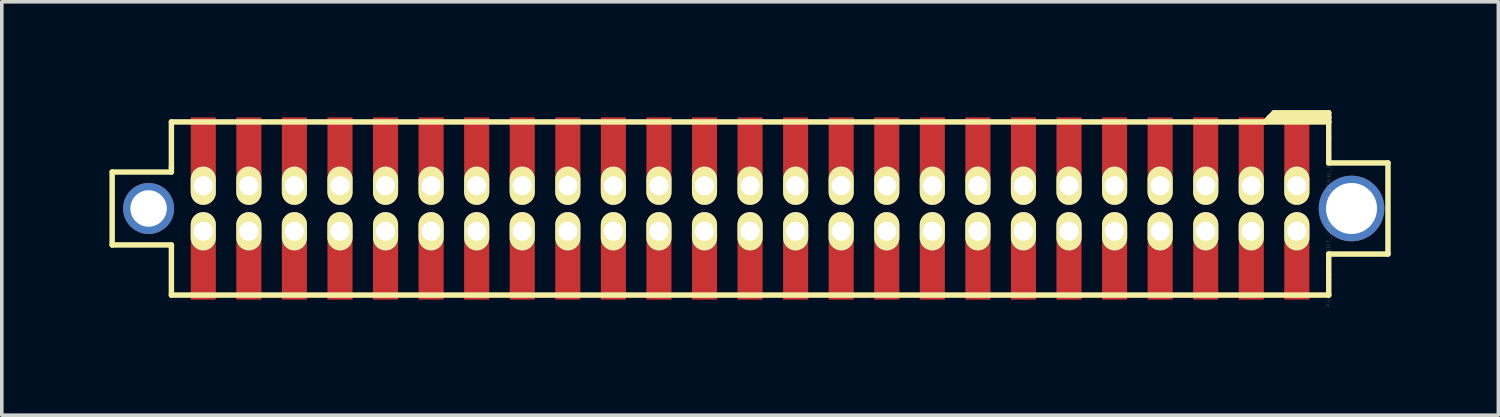
<source format=kicad_pcb>
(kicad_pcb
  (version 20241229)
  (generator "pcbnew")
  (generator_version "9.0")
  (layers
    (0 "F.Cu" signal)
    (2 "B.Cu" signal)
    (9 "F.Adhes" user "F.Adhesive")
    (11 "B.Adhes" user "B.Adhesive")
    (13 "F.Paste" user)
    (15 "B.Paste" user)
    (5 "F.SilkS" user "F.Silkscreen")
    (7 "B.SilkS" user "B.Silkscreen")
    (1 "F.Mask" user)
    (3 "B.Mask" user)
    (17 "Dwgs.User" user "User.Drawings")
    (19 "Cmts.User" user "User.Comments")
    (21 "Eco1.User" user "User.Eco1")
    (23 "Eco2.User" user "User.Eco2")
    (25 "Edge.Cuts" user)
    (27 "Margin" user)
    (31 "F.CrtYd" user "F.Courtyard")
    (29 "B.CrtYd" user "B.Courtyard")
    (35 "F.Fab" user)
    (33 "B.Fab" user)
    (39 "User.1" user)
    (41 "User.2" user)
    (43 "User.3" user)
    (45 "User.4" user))
  (footprint "Pin_Array_25x2_SMT_Underside_1.27mm_0.5_inch_Inverted"
    (layer "F.Cu")
    (at 17.856 2.761)
    (property "Reference" "Pin_Array_25x2_SMT_Underside_1.27mm_0.5_inch_Inverted" (at 16.129 0 90) (layer "F.SilkS") (effects (font (size 0.127 0.127) (thickness 0.003))))
    (attr smd)
    (fp_line (start -17.78 -1.016) (end -17.78 1.016) (stroke (width 0.152) (type solid)) (layer "F.SilkS"))
    (fp_line (start -17.78 1.016) (end -16.129 1.016) (stroke (width 0.152) (type solid)) (layer "F.SilkS"))
    (fp_line (start -16.129 -2.413) (end -16.129 -1.143) (stroke (width 0.152) (type solid)) (layer "F.SilkS"))
    (fp_line (start -16.129 -2.413) (end 14.351 -2.413) (stroke (width 0.152) (type solid)) (layer "F.SilkS"))
    (fp_line (start -16.129 -1.143) (end -16.129 -1.016) (stroke (width 0.152) (type solid)) (layer "F.SilkS"))
    (fp_line (start -16.129 -1.016) (end -17.78 -1.016) (stroke (width 0.152) (type solid)) (layer "F.SilkS"))
    (fp_line (start -16.129 1.016) (end -16.129 2.413) (stroke (width 0.152) (type solid)) (layer "F.SilkS"))
    (fp_line (start 14.351 -2.413) (end 14.605 -2.667) (stroke (width 0.152) (type solid)) (layer "F.SilkS"))
    (fp_line (start 14.478 -2.54) (end 16.129 -2.54) (stroke (width 0.152) (type solid)) (layer "F.SilkS"))
    (fp_line (start 14.605 -2.667) (end 16.129 -2.667) (stroke (width 0.152) (type solid)) (layer "F.SilkS"))
    (fp_line (start 16.129 -2.667) (end 16.129 -2.413) (stroke (width 0.152) (type solid)) (layer "F.SilkS"))
    (fp_line (start 16.129 -2.54) (end 15.875 -2.54) (stroke (width 0.152) (type solid)) (layer "F.SilkS"))
    (fp_line (start 16.129 -2.413) (end 14.351 -2.413) (stroke (width 0.152) (type solid)) (layer "F.SilkS"))
    (fp_line (start 16.129 -1.27) (end 16.129 -2.413) (stroke (width 0.152) (type solid)) (layer "F.SilkS"))
    (fp_line (start 16.129 1.27) (end 16.129 2.413) (stroke (width 0.152) (type solid)) (layer "F.SilkS"))
    (fp_line (start 16.129 2.413) (end -16.129 2.413) (stroke (width 0.152) (type solid)) (layer "F.SilkS"))
    (fp_line (start 17.78 -1.27) (end 16.129 -1.27) (stroke (width 0.152) (type solid)) (layer "F.SilkS"))
    (fp_line (start 17.78 -1.27) (end 17.78 1.27) (stroke (width 0.152) (type solid)) (layer "F.SilkS"))
    (fp_line (start 17.78 1.27) (end 16.129 1.27) (stroke (width 0.152) (type solid)) (layer "F.SilkS"))
    (pad "1" thru_hole oval (at 15.24 0.635) (size 0.699 1.067) (drill 0.533) (layers "*.Cu" "*.Mask" "F.SilkS"))
    (pad "1" smd rect (at 15.24 1.524) (size 0.699 2.032) (layers "F.Cu" "F.Mask" "F.Paste"))
    (pad "2" smd rect (at 15.24 -1.524) (size 0.699 2.032) (layers "F.Cu" "F.Mask" "F.Paste"))
    (pad "2" thru_hole oval (at 15.24 -0.635) (size 0.699 1.067) (drill 0.533) (layers "*.Cu" "*.Mask" "F.SilkS"))
    (pad "3" thru_hole oval (at 13.97 0.635) (size 0.699 1.067) (drill 0.533) (layers "*.Cu" "*.Mask" "F.SilkS"))
    (pad "3" smd rect (at 13.97 1.524) (size 0.699 2.032) (layers "F.Cu" "F.Mask" "F.Paste"))
    (pad "4" smd rect (at 13.97 -1.524) (size 0.699 2.032) (layers "F.Cu" "F.Mask" "F.Paste"))
    (pad "4" thru_hole oval (at 13.97 -0.635) (size 0.699 1.067) (drill 0.533) (layers "*.Cu" "*.Mask" "F.SilkS"))
    (pad "5" thru_hole oval (at 12.7 0.635) (size 0.699 1.067) (drill 0.533) (layers "*.Cu" "*.Mask" "F.SilkS"))
    (pad "5" smd rect (at 12.7 1.524) (size 0.699 2.032) (layers "F.Cu" "F.Mask" "F.Paste"))
    (pad "6" smd rect (at 12.7 -1.524) (size 0.699 2.032) (layers "F.Cu" "F.Mask" "F.Paste"))
    (pad "6" thru_hole oval (at 12.7 -0.635) (size 0.699 1.067) (drill 0.533) (layers "*.Cu" "*.Mask" "F.SilkS"))
    (pad "7" thru_hole oval (at 11.43 0.635) (size 0.699 1.067) (drill 0.533) (layers "*.Cu" "*.Mask" "F.SilkS"))
    (pad "7" smd rect (at 11.43 1.524) (size 0.699 2.032) (layers "F.Cu" "F.Mask" "F.Paste"))
    (pad "8" smd rect (at 11.43 -1.524) (size 0.699 2.032) (layers "F.Cu" "F.Mask" "F.Paste"))
    (pad "8" thru_hole oval (at 11.43 -0.635) (size 0.699 1.067) (drill 0.533) (layers "*.Cu" "*.Mask" "F.SilkS"))
    (pad "9" thru_hole oval (at 10.16 0.635) (size 0.699 1.067) (drill 0.533) (layers "*.Cu" "*.Mask" "F.SilkS"))
    (pad "9" smd rect (at 10.16 1.524) (size 0.699 2.032) (layers "F.Cu" "F.Mask" "F.Paste"))
    (pad "10" smd rect (at 10.16 -1.524) (size 0.699 2.032) (layers "F.Cu" "F.Mask" "F.Paste"))
    (pad "10" thru_hole oval (at 10.16 -0.635) (size 0.699 1.067) (drill 0.533) (layers "*.Cu" "*.Mask" "F.SilkS"))
    (pad "11" thru_hole oval (at 8.89 0.635) (size 0.699 1.067) (drill 0.533) (layers "*.Cu" "*.Mask" "F.SilkS"))
    (pad "11" smd rect (at 8.89 1.524) (size 0.699 2.032) (layers "F.Cu" "F.Mask" "F.Paste"))
    (pad "12" smd rect (at 8.89 -1.524) (size 0.699 2.032) (layers "F.Cu" "F.Mask" "F.Paste"))
    (pad "12" thru_hole oval (at 8.89 -0.635) (size 0.699 1.067) (drill 0.533) (layers "*.Cu" "*.Mask" "F.SilkS"))
    (pad "13" thru_hole oval (at 7.62 0.635) (size 0.699 1.067) (drill 0.533) (layers "*.Cu" "*.Mask" "F.SilkS"))
    (pad "13" smd rect (at 7.62 1.524) (size 0.699 2.032) (layers "F.Cu" "F.Mask" "F.Paste"))
    (pad "14" smd rect (at 7.62 -1.524) (size 0.699 2.032) (layers "F.Cu" "F.Mask" "F.Paste"))
    (pad "14" thru_hole oval (at 7.62 -0.635) (size 0.699 1.067) (drill 0.533) (layers "*.Cu" "*.Mask" "F.SilkS"))
    (pad "15" thru_hole oval (at 6.35 0.635) (size 0.699 1.067) (drill 0.533) (layers "*.Cu" "*.Mask" "F.SilkS"))
    (pad "15" smd rect (at 6.35 1.524) (size 0.699 2.032) (layers "F.Cu" "F.Mask" "F.Paste"))
    (pad "16" smd rect (at 6.35 -1.524) (size 0.699 2.032) (layers "F.Cu" "F.Mask" "F.Paste"))
    (pad "16" thru_hole oval (at 6.35 -0.635) (size 0.699 1.067) (drill 0.533) (layers "*.Cu" "*.Mask" "F.SilkS"))
    (pad "17" thru_hole oval (at 5.08 0.635) (size 0.699 1.067) (drill 0.533) (layers "*.Cu" "*.Mask" "F.SilkS"))
    (pad "17" smd rect (at 5.08 1.524) (size 0.699 2.032) (layers "F.Cu" "F.Mask" "F.Paste"))
    (pad "18" smd rect (at 5.08 -1.524) (size 0.699 2.032) (layers "F.Cu" "F.Mask" "F.Paste"))
    (pad "18" thru_hole oval (at 5.08 -0.635) (size 0.699 1.067) (drill 0.533) (layers "*.Cu" "*.Mask" "F.SilkS"))
    (pad "19" thru_hole oval (at 3.81 0.635) (size 0.699 1.067) (drill 0.533) (layers "*.Cu" "*.Mask" "F.SilkS"))
    (pad "19" smd rect (at 3.81 1.524) (size 0.699 2.032) (layers "F.Cu" "F.Mask" "F.Paste"))
    (pad "20" smd rect (at 3.81 -1.524) (size 0.699 2.032) (layers "F.Cu" "F.Mask" "F.Paste"))
    (pad "20" thru_hole oval (at 3.81 -0.635) (size 0.699 1.067) (drill 0.533) (layers "*.Cu" "*.Mask" "F.SilkS"))
    (pad "21" thru_hole oval (at 2.54 0.635) (size 0.699 1.067) (drill 0.533) (layers "*.Cu" "*.Mask" "F.SilkS"))
    (pad "21" smd rect (at 2.54 1.524) (size 0.699 2.032) (layers "F.Cu" "F.Mask" "F.Paste"))
    (pad "22" smd rect (at 2.54 -1.524) (size 0.699 2.032) (layers "F.Cu" "F.Mask" "F.Paste"))
    (pad "22" thru_hole oval (at 2.54 -0.635) (size 0.699 1.067) (drill 0.533) (layers "*.Cu" "*.Mask" "F.SilkS"))
    (pad "23" thru_hole oval (at 1.27 0.635) (size 0.699 1.067) (drill 0.533) (layers "*.Cu" "*.Mask" "F.SilkS"))
    (pad "23" smd rect (at 1.27 1.524) (size 0.699 2.032) (layers "F.Cu" "F.Mask" "F.Paste"))
    (pad "24" smd rect (at 1.27 -1.524) (size 0.699 2.032) (layers "F.Cu" "F.Mask" "F.Paste"))
    (pad "24" thru_hole oval (at 1.27 -0.635) (size 0.699 1.067) (drill 0.533) (layers "*.Cu" "*.Mask" "F.SilkS"))
    (pad "25" thru_hole oval (at 0 0.635) (size 0.699 1.067) (drill 0.533) (layers "*.Cu" "*.Mask" "F.SilkS"))
    (pad "25" smd rect (at 0 1.524) (size 0.699 2.032) (layers "F.Cu" "F.Mask" "F.Paste"))
    (pad "26" smd rect (at 0 -1.524) (size 0.699 2.032) (layers "F.Cu" "F.Mask" "F.Paste"))
    (pad "26" thru_hole oval (at 0 -0.635) (size 0.699 1.067) (drill 0.533) (layers "*.Cu" "*.Mask" "F.SilkS"))
    (pad "27" thru_hole oval (at -1.27 0.635) (size 0.699 1.067) (drill 0.533) (layers "*.Cu" "*.Mask" "F.SilkS"))
    (pad "27" smd rect (at -1.27 1.524) (size 0.699 2.032) (layers "F.Cu" "F.Mask" "F.Paste"))
    (pad "28" smd rect (at -1.27 -1.524) (size 0.699 2.032) (layers "F.Cu" "F.Mask" "F.Paste"))
    (pad "28" thru_hole oval (at -1.27 -0.635) (size 0.699 1.067) (drill 0.533) (layers "*.Cu" "*.Mask" "F.SilkS"))
    (pad "29" thru_hole oval (at -2.54 0.635) (size 0.699 1.067) (drill 0.533) (layers "*.Cu" "*.Mask" "F.SilkS"))
    (pad "29" smd rect (at -2.54 1.524) (size 0.699 2.032) (layers "F.Cu" "F.Mask" "F.Paste"))
    (pad "30" smd rect (at -2.54 -1.524) (size 0.699 2.032) (layers "F.Cu" "F.Mask" "F.Paste"))
    (pad "30" thru_hole oval (at -2.54 -0.635) (size 0.699 1.067) (drill 0.533) (layers "*.Cu" "*.Mask" "F.SilkS"))
    (pad "31" thru_hole oval (at -3.81 0.635) (size 0.699 1.067) (drill 0.533) (layers "*.Cu" "*.Mask" "F.SilkS"))
    (pad "31" smd rect (at -3.81 1.524) (size 0.699 2.032) (layers "F.Cu" "F.Mask" "F.Paste"))
    (pad "32" smd rect (at -3.81 -1.524) (size 0.699 2.032) (layers "F.Cu" "F.Mask" "F.Paste"))
    (pad "32" thru_hole oval (at -3.81 -0.635) (size 0.699 1.067) (drill 0.533) (layers "*.Cu" "*.Mask" "F.SilkS"))
    (pad "33" thru_hole oval (at -5.08 0.635) (size 0.699 1.067) (drill 0.533) (layers "*.Cu" "*.Mask" "F.SilkS"))
    (pad "33" smd rect (at -5.08 1.524) (size 0.699 2.032) (layers "F.Cu" "F.Mask" "F.Paste"))
    (pad "34" smd rect (at -5.08 -1.524) (size 0.699 2.032) (layers "F.Cu" "F.Mask" "F.Paste"))
    (pad "34" thru_hole oval (at -5.08 -0.635) (size 0.699 1.067) (drill 0.533) (layers "*.Cu" "*.Mask" "F.SilkS"))
    (pad "35" thru_hole oval (at -6.35 0.635) (size 0.699 1.067) (drill 0.533) (layers "*.Cu" "*.Mask" "F.SilkS"))
    (pad "35" smd rect (at -6.35 1.524) (size 0.699 2.032) (layers "F.Cu" "F.Mask" "F.Paste"))
    (pad "36" smd rect (at -6.35 -1.524) (size 0.699 2.032) (layers "F.Cu" "F.Mask" "F.Paste"))
    (pad "36" thru_hole oval (at -6.35 -0.635) (size 0.699 1.067) (drill 0.533) (layers "*.Cu" "*.Mask" "F.SilkS"))
    (pad "37" thru_hole oval (at -7.62 0.635) (size 0.699 1.067) (drill 0.533) (layers "*.Cu" "*.Mask" "F.SilkS"))
    (pad "37" smd rect (at -7.62 1.524) (size 0.699 2.032) (layers "F.Cu" "F.Mask" "F.Paste"))
    (pad "38" smd rect (at -7.62 -1.524) (size 0.699 2.032) (layers "F.Cu" "F.Mask" "F.Paste"))
    (pad "38" thru_hole oval (at -7.62 -0.635) (size 0.699 1.067) (drill 0.533) (layers "*.Cu" "*.Mask" "F.SilkS"))
    (pad "39" thru_hole oval (at -8.89 0.635) (size 0.699 1.067) (drill 0.533) (layers "*.Cu" "*.Mask" "F.SilkS"))
    (pad "39" smd rect (at -8.89 1.524) (size 0.699 2.032) (layers "F.Cu" "F.Mask" "F.Paste"))
    (pad "40" smd rect (at -8.89 -1.524) (size 0.699 2.032) (layers "F.Cu" "F.Mask" "F.Paste"))
    (pad "40" thru_hole oval (at -8.89 -0.635) (size 0.699 1.067) (drill 0.533) (layers "*.Cu" "*.Mask" "F.SilkS"))
    (pad "41" thru_hole oval (at -10.16 0.635) (size 0.699 1.067) (drill 0.533) (layers "*.Cu" "*.Mask" "F.SilkS"))
    (pad "41" smd rect (at -10.16 1.524) (size 0.699 2.032) (layers "F.Cu" "F.Mask" "F.Paste"))
    (pad "42" smd rect (at -10.16 -1.524) (size 0.699 2.032) (layers "F.Cu" "F.Mask" "F.Paste"))
    (pad "42" thru_hole oval (at -10.16 -0.635) (size 0.699 1.067) (drill 0.533) (layers "*.Cu" "*.Mask" "F.SilkS"))
    (pad "43" thru_hole oval (at -11.43 0.635) (size 0.699 1.067) (drill 0.533) (layers "*.Cu" "*.Mask" "F.SilkS"))
    (pad "43" smd rect (at -11.43 1.524) (size 0.699 2.032) (layers "F.Cu" "F.Mask" "F.Paste"))
    (pad "44" smd rect (at -11.43 -1.524) (size 0.699 2.032) (layers "F.Cu" "F.Mask" "F.Paste"))
    (pad "44" thru_hole oval (at -11.43 -0.635) (size 0.699 1.067) (drill 0.533) (layers "*.Cu" "*.Mask" "F.SilkS"))
    (pad "45" thru_hole oval (at -12.7 0.635) (size 0.699 1.067) (drill 0.533) (layers "*.Cu" "*.Mask" "F.SilkS"))
    (pad "45" smd rect (at -12.7 1.524) (size 0.699 2.032) (layers "F.Cu" "F.Mask" "F.Paste"))
    (pad "46" smd rect (at -12.7 -1.524) (size 0.699 2.032) (layers "F.Cu" "F.Mask" "F.Paste"))
    (pad "46" thru_hole oval (at -12.7 -0.635) (size 0.699 1.067) (drill 0.533) (layers "*.Cu" "*.Mask" "F.SilkS"))
    (pad "47" thru_hole oval (at -13.97 0.635) (size 0.699 1.067) (drill 0.533) (layers "*.Cu" "*.Mask" "F.SilkS"))
    (pad "47" smd rect (at -13.97 1.524) (size 0.699 2.032) (layers "F.Cu" "F.Mask" "F.Paste"))
    (pad "48" smd rect (at -13.97 -1.524) (size 0.699 2.032) (layers "F.Cu" "F.Mask" "F.Paste"))
    (pad "48" thru_hole oval (at -13.97 -0.635) (size 0.699 1.067) (drill 0.533) (layers "*.Cu" "*.Mask" "F.SilkS"))
    (pad "49" thru_hole oval (at -15.24 0.635) (size 0.699 1.067) (drill 0.533) (layers "*.Cu" "*.Mask" "F.SilkS"))
    (pad "49" smd rect (at -15.24 1.524) (size 0.699 2.032) (layers "F.Cu" "F.Mask" "F.Paste"))
    (pad "50" smd rect (at -15.24 -1.524) (size 0.699 2.032) (layers "F.Cu" "F.Mask" "F.Paste"))
    (pad "50" thru_hole oval (at -15.24 -0.635) (size 0.699 1.067) (drill 0.533) (layers "*.Cu" "*.Mask" "F.SilkS"))
    (pad "51" thru_hole circle (at -16.764 0) (size 1.422 1.422) (drill 1.016) (layers "*.Cu" "*.Mask"))
    (pad "51" thru_hole circle (at 16.764 0) (size 1.829 1.829) (drill 1.422) (layers "*.Cu" "*.Mask")))
  (gr_rect
    (start -3 -3)
    (end 38.712 8.522)
    (stroke (width 0.1) (type default))
    (fill no)
    (layer "Edge.Cuts")))
</source>
